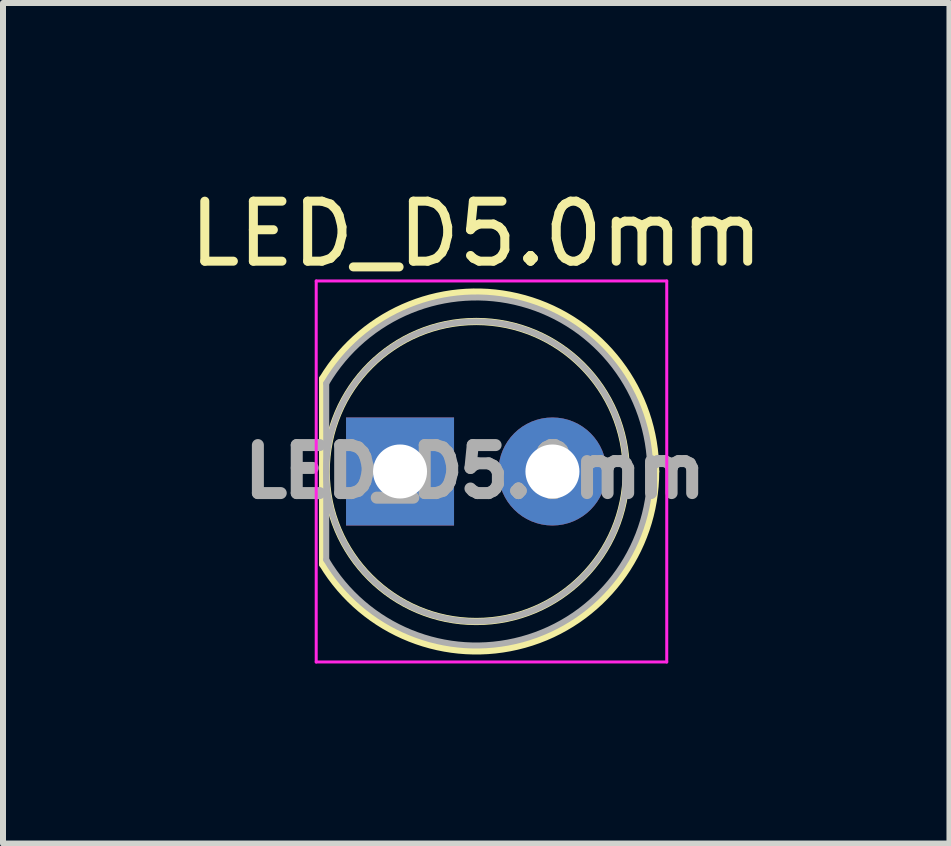
<source format=kicad_pcb>
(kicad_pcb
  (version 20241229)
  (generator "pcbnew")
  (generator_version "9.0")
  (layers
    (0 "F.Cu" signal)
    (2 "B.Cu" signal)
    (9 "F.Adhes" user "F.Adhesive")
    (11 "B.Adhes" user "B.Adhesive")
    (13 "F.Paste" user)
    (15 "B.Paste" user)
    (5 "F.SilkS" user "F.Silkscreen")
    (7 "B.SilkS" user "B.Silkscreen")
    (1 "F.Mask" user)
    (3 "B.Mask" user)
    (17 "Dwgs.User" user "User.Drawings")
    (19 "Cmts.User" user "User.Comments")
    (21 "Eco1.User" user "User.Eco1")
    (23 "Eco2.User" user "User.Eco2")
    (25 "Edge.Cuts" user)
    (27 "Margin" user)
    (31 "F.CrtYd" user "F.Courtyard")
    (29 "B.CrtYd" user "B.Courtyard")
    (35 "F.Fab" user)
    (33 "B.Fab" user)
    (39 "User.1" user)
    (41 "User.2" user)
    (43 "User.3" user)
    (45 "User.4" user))
  (footprint "LED_D5.0mm"
    (layer "F.Cu")
    (at 3.617 4.808)
    (property "Reference" "LED_D5.0mm" (at 1.27 -3.96 0) (layer "F.SilkS") (effects (font (size 1 1) (thickness 0.15))))
    (attr through_hole)
    (fp_line (start -1.29 -1.545) (end -1.29 1.545) (stroke (width 0.12) (type solid)) (layer "F.SilkS"))
    (fp_arc (start -1.29 -1.54483) (mid 2.072002 -2.880433) (end 4.26 0.000462) (stroke (width 0.12) (type solid)) (layer "F.SilkS"))
    (fp_arc (start 4.26 -0.000462) (mid 2.072002 2.880433) (end -1.29 1.54483) (stroke (width 0.12) (type solid)) (layer "F.SilkS"))
    (fp_circle (center 1.27 0) (end 3.77 0) (stroke (width 0.12) (type solid)) (fill no) (layer "F.SilkS"))
    (fp_line (start -1.397 -3.175) (end -1.397 3.175) (stroke (width 0.05) (type solid)) (layer "F.CrtYd"))
    (fp_line (start -1.397 3.175) (end 4.445 3.175) (stroke (width 0.05) (type solid)) (layer "F.CrtYd"))
    (fp_line (start 4.445 -3.175) (end -1.397 -3.175) (stroke (width 0.05) (type solid)) (layer "F.CrtYd"))
    (fp_line (start 4.445 3.175) (end 4.445 -3.175) (stroke (width 0.05) (type solid)) (layer "F.CrtYd"))
    (fp_line (start -1.23 -1.47) (end -1.23 1.47) (stroke (width 0.1) (type solid)) (layer "F.Fab"))
    (fp_arc (start -1.23 -1.469694) (mid 4.17 0.000016) (end -1.230016 1.469666) (stroke (width 0.1) (type solid)) (layer "F.Fab"))
    (fp_circle (center 1.27 0) (end 3.77 0) (stroke (width 0.1) (type solid)) (fill no) (layer "F.Fab"))
    (fp_text user "${REFERENCE}" (at 1.25 0 0) (layer "F.Fab") (effects (font (size 0.8 0.8) (thickness 0.2))))
    (pad "1" thru_hole rect (at 0 0) (size 1.8 1.8) (drill 0.9) (layers "*.Cu" "*.Mask"))
    (pad "2" thru_hole circle (at 2.54 0) (size 1.8 1.8) (drill 0.9) (layers "*.Cu" "*.Mask")))
  (gr_rect
    (start -3 -3)
    (end 12.774 11.008)
    (stroke (width 0.1) (type default))
    (fill no)
    (layer "Edge.Cuts")))
</source>
